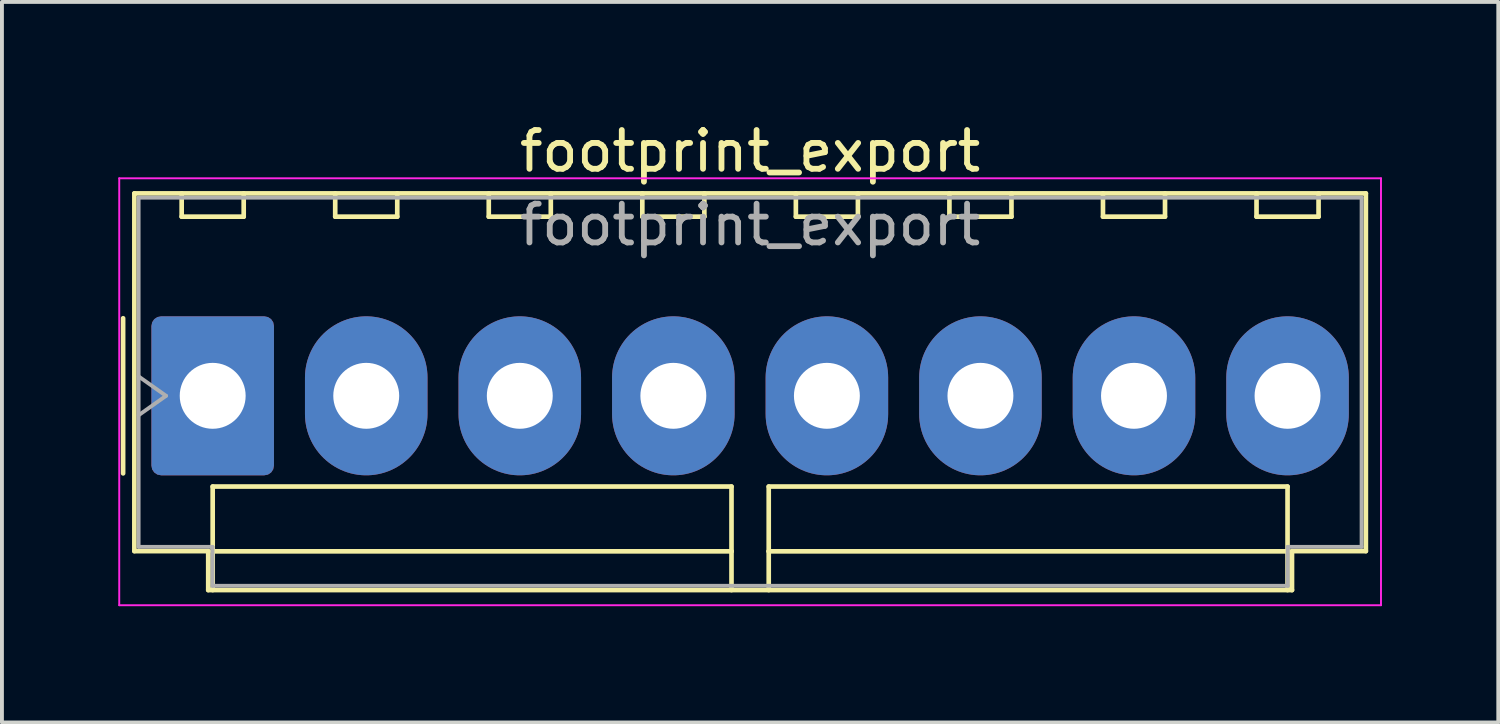
<source format=kicad_pcb>
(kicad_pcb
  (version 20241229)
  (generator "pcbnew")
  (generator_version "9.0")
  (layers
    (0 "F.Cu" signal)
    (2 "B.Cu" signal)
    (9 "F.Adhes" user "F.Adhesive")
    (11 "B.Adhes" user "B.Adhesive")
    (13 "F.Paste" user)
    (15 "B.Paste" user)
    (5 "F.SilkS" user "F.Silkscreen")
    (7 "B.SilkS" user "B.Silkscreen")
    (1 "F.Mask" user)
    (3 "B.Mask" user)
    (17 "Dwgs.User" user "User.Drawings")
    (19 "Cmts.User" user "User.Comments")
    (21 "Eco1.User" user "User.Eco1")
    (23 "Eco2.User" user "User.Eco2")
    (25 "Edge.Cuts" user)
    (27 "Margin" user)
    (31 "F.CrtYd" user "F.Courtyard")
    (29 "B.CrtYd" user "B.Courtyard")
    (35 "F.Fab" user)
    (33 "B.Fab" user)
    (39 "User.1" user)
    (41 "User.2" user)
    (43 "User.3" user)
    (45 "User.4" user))
  (footprint "footprint_export"
    (layer "F.Cu")
    (at 2.435 7.158)
    (property "Reference" "footprint_export" (at 13.86 -6.31 0) (layer "F.SilkS") (effects (font (size 1 1) (thickness 0.15))))
    (attr through_hole)
    (fp_line (start -2.31 -2) (end -2.31 2) (stroke (width 0.12) (type solid)) (layer "F.SilkS"))
    (fp_line (start -2.02 -5.22) (end 29.74 -5.22) (stroke (width 0.12) (type solid)) (layer "F.SilkS"))
    (fp_line (start -2.02 4.005) (end -2.02 -5.22) (stroke (width 0.12) (type solid)) (layer "F.SilkS"))
    (fp_line (start -0.8 -5.22) (end -0.8 -4.62) (stroke (width 0.12) (type solid)) (layer "F.SilkS"))
    (fp_line (start -0.8 -4.62) (end 0.8 -4.62) (stroke (width 0.12) (type solid)) (layer "F.SilkS"))
    (fp_line (start -0.115 4.005) (end -2.02 4.005) (stroke (width 0.12) (type solid)) (layer "F.SilkS"))
    (fp_line (start -0.115 5.01) (end -0.115 4.005) (stroke (width 0.12) (type solid)) (layer "F.SilkS"))
    (fp_line (start 0 2.34) (end 13.38 2.34) (stroke (width 0.12) (type solid)) (layer "F.SilkS"))
    (fp_line (start 0 4.01) (end 0 2.34) (stroke (width 0.12) (type solid)) (layer "F.SilkS"))
    (fp_line (start 0 4.01) (end 13.38 4.01) (stroke (width 0.12) (type solid)) (layer "F.SilkS"))
    (fp_line (start 0 5.01) (end 0 4.01) (stroke (width 0.12) (type solid)) (layer "F.SilkS"))
    (fp_line (start 0.8 -4.62) (end 0.8 -5.22) (stroke (width 0.12) (type solid)) (layer "F.SilkS"))
    (fp_line (start 3.16 -5.22) (end 3.16 -4.62) (stroke (width 0.12) (type solid)) (layer "F.SilkS"))
    (fp_line (start 3.16 -4.62) (end 4.76 -4.62) (stroke (width 0.12) (type solid)) (layer "F.SilkS"))
    (fp_line (start 4.76 -4.62) (end 4.76 -5.22) (stroke (width 0.12) (type solid)) (layer "F.SilkS"))
    (fp_line (start 7.12 -5.22) (end 7.12 -4.62) (stroke (width 0.12) (type solid)) (layer "F.SilkS"))
    (fp_line (start 7.12 -4.62) (end 8.72 -4.62) (stroke (width 0.12) (type solid)) (layer "F.SilkS"))
    (fp_line (start 8.72 -4.62) (end 8.72 -5.22) (stroke (width 0.12) (type solid)) (layer "F.SilkS"))
    (fp_line (start 11.08 -5.22) (end 11.08 -4.62) (stroke (width 0.12) (type solid)) (layer "F.SilkS"))
    (fp_line (start 11.08 -4.62) (end 12.68 -4.62) (stroke (width 0.12) (type solid)) (layer "F.SilkS"))
    (fp_line (start 12.68 -4.62) (end 12.68 -5.22) (stroke (width 0.12) (type solid)) (layer "F.SilkS"))
    (fp_line (start 13.38 2.34) (end 13.38 4.01) (stroke (width 0.12) (type solid)) (layer "F.SilkS"))
    (fp_line (start 13.38 4.01) (end 13.38 5.01) (stroke (width 0.12) (type solid)) (layer "F.SilkS"))
    (fp_line (start 14.34 2.34) (end 27.72 2.34) (stroke (width 0.12) (type solid)) (layer "F.SilkS"))
    (fp_line (start 14.34 4.01) (end 14.34 2.34) (stroke (width 0.12) (type solid)) (layer "F.SilkS"))
    (fp_line (start 14.34 4.01) (end 27.72 4.01) (stroke (width 0.12) (type solid)) (layer "F.SilkS"))
    (fp_line (start 14.34 5.01) (end 14.34 4.01) (stroke (width 0.12) (type solid)) (layer "F.SilkS"))
    (fp_line (start 15.04 -5.22) (end 15.04 -4.62) (stroke (width 0.12) (type solid)) (layer "F.SilkS"))
    (fp_line (start 15.04 -4.62) (end 16.64 -4.62) (stroke (width 0.12) (type solid)) (layer "F.SilkS"))
    (fp_line (start 16.64 -4.62) (end 16.64 -5.22) (stroke (width 0.12) (type solid)) (layer "F.SilkS"))
    (fp_line (start 19 -5.22) (end 19 -4.62) (stroke (width 0.12) (type solid)) (layer "F.SilkS"))
    (fp_line (start 19 -4.62) (end 20.6 -4.62) (stroke (width 0.12) (type solid)) (layer "F.SilkS"))
    (fp_line (start 20.6 -4.62) (end 20.6 -5.22) (stroke (width 0.12) (type solid)) (layer "F.SilkS"))
    (fp_line (start 22.96 -5.22) (end 22.96 -4.62) (stroke (width 0.12) (type solid)) (layer "F.SilkS"))
    (fp_line (start 22.96 -4.62) (end 24.56 -4.62) (stroke (width 0.12) (type solid)) (layer "F.SilkS"))
    (fp_line (start 24.56 -4.62) (end 24.56 -5.22) (stroke (width 0.12) (type solid)) (layer "F.SilkS"))
    (fp_line (start 26.92 -5.22) (end 26.92 -4.62) (stroke (width 0.12) (type solid)) (layer "F.SilkS"))
    (fp_line (start 26.92 -4.62) (end 28.52 -4.62) (stroke (width 0.12) (type solid)) (layer "F.SilkS"))
    (fp_line (start 27.72 2.34) (end 27.72 4.01) (stroke (width 0.12) (type solid)) (layer "F.SilkS"))
    (fp_line (start 27.72 4.01) (end 27.72 5.01) (stroke (width 0.12) (type solid)) (layer "F.SilkS"))
    (fp_line (start 27.835 4.005) (end 27.835 5.01) (stroke (width 0.12) (type solid)) (layer "F.SilkS"))
    (fp_line (start 27.835 5.01) (end -0.115 5.01) (stroke (width 0.12) (type solid)) (layer "F.SilkS"))
    (fp_line (start 28.52 -4.62) (end 28.52 -5.22) (stroke (width 0.12) (type solid)) (layer "F.SilkS"))
    (fp_line (start 29.74 -5.22) (end 29.74 4.005) (stroke (width 0.12) (type solid)) (layer "F.SilkS"))
    (fp_line (start 29.74 4.005) (end 27.835 4.005) (stroke (width 0.12) (type solid)) (layer "F.SilkS"))
    (fp_line (start -2.41 -5.61) (end -2.41 5.4) (stroke (width 0.05) (type solid)) (layer "F.CrtYd"))
    (fp_line (start -2.41 5.4) (end 30.13 5.4) (stroke (width 0.05) (type solid)) (layer "F.CrtYd"))
    (fp_line (start 30.13 -5.61) (end -2.41 -5.61) (stroke (width 0.05) (type solid)) (layer "F.CrtYd"))
    (fp_line (start 30.13 5.4) (end 30.13 -5.61) (stroke (width 0.05) (type solid)) (layer "F.CrtYd"))
    (fp_line (start -1.91 -5.11) (end 29.63 -5.11) (stroke (width 0.1) (type solid)) (layer "F.Fab"))
    (fp_line (start -1.91 -0.5) (end -1.203 0) (stroke (width 0.1) (type solid)) (layer "F.Fab"))
    (fp_line (start -1.91 3.895) (end -1.91 -5.11) (stroke (width 0.1) (type solid)) (layer "F.Fab"))
    (fp_line (start -1.203 0) (end -1.91 0.5) (stroke (width 0.1) (type solid)) (layer "F.Fab"))
    (fp_line (start -0.005 3.895) (end -1.91 3.895) (stroke (width 0.1) (type solid)) (layer "F.Fab"))
    (fp_line (start -0.005 4.9) (end -0.005 3.895) (stroke (width 0.1) (type solid)) (layer "F.Fab"))
    (fp_line (start 27.725 3.895) (end 27.725 4.9) (stroke (width 0.1) (type solid)) (layer "F.Fab"))
    (fp_line (start 27.725 4.9) (end -0.005 4.9) (stroke (width 0.1) (type solid)) (layer "F.Fab"))
    (fp_line (start 29.63 -5.11) (end 29.63 3.895) (stroke (width 0.1) (type solid)) (layer "F.Fab"))
    (fp_line (start 29.63 3.895) (end 27.725 3.895) (stroke (width 0.1) (type solid)) (layer "F.Fab"))
    (fp_text user "${REFERENCE}" (at 13.86 -4.41 0) (layer "F.Fab") (effects (font (size 1 1) (thickness 0.15))))
    (pad "1" thru_hole roundrect (at 0 0) (size 3.16 4.1) (drill 1.7) (layers "*.Cu" "*.Mask") (roundrect_rratio 0.079))
    (pad "2" thru_hole oval (at 3.96 0) (size 3.16 4.1) (drill 1.7) (layers "*.Cu" "*.Mask"))
    (pad "3" thru_hole oval (at 7.92 0) (size 3.16 4.1) (drill 1.7) (layers "*.Cu" "*.Mask"))
    (pad "4" thru_hole oval (at 11.88 0) (size 3.16 4.1) (drill 1.7) (layers "*.Cu" "*.Mask"))
    (pad "5" thru_hole oval (at 15.84 0) (size 3.16 4.1) (drill 1.7) (layers "*.Cu" "*.Mask"))
    (pad "6" thru_hole oval (at 19.8 0) (size 3.16 4.1) (drill 1.7) (layers "*.Cu" "*.Mask"))
    (pad "7" thru_hole oval (at 23.76 0) (size 3.16 4.1) (drill 1.7) (layers "*.Cu" "*.Mask"))
    (pad "8" thru_hole oval (at 27.72 0) (size 3.16 4.1) (drill 1.7) (layers "*.Cu" "*.Mask")))
  (gr_rect
    (start -3 -3)
    (end 35.59 15.583)
    (stroke (width 0.1) (type default))
    (fill no)
    (layer "Edge.Cuts")))
</source>
